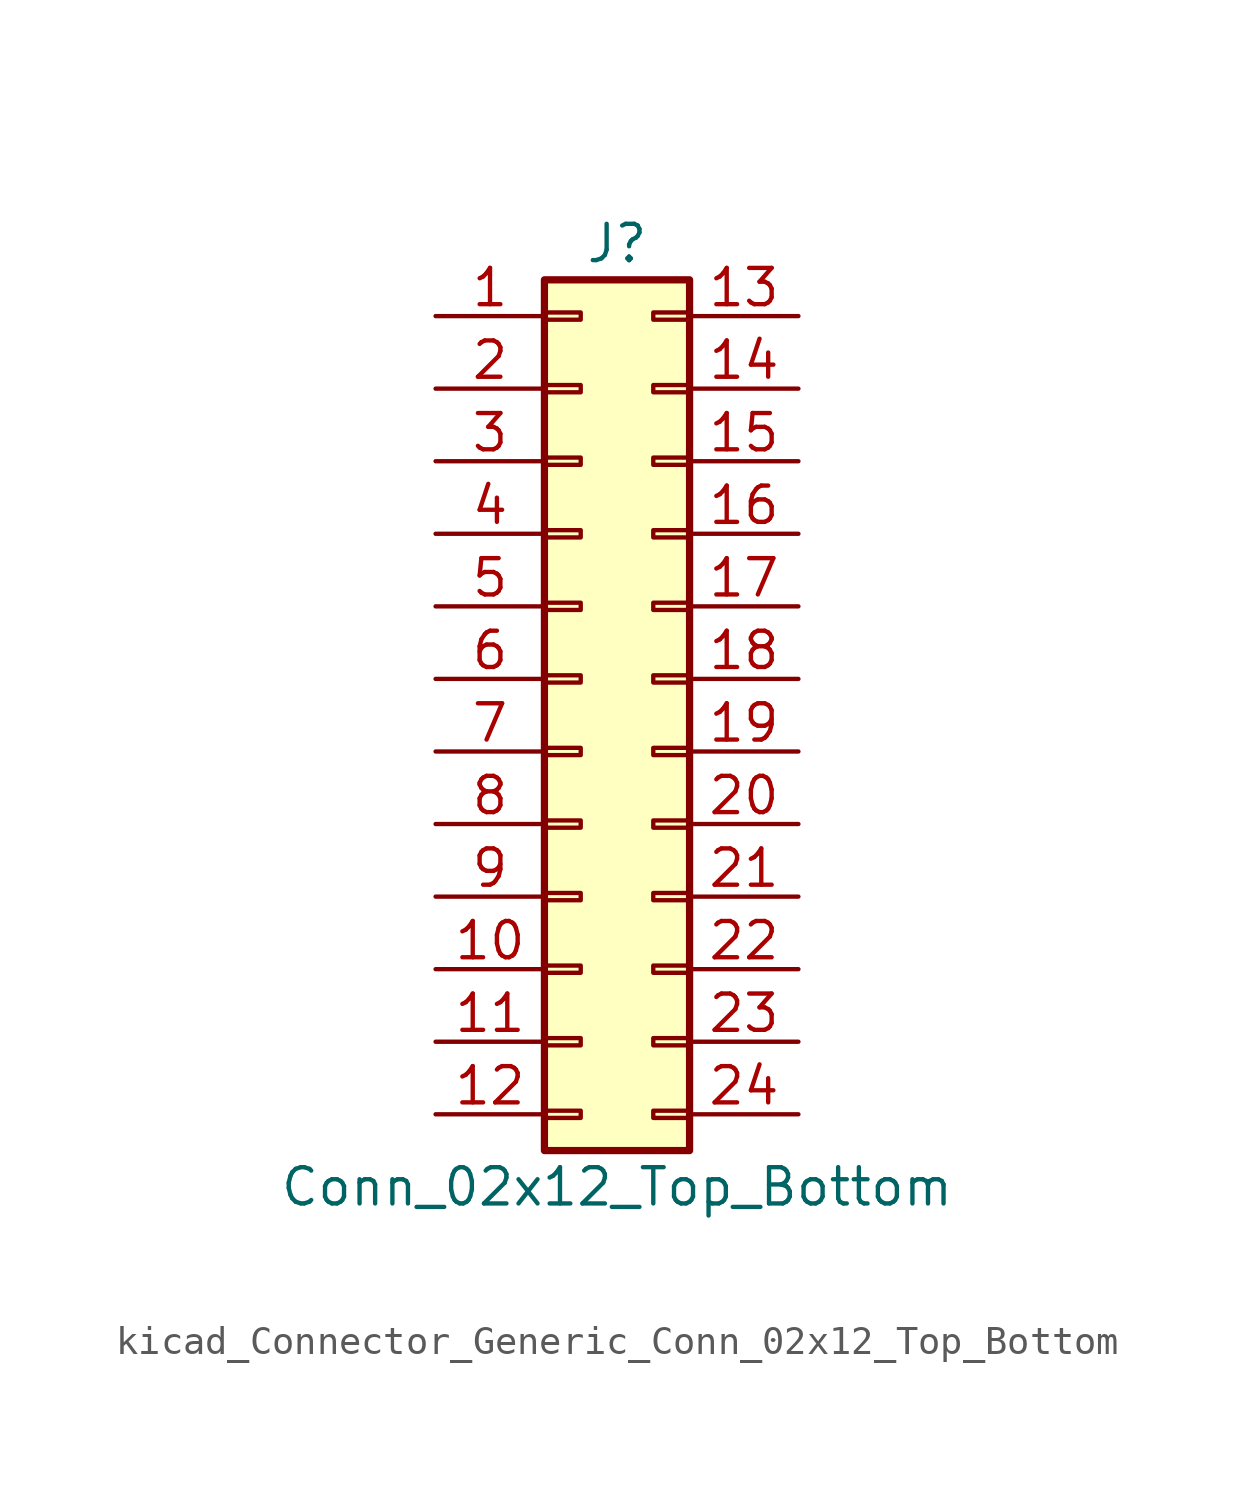
<source format=kicad_sym>
(kicad_symbol_lib
  (version 20220914)
  (generator kicad_symbol_editor)
  (symbol "kicad_Connector_Generic_Conn_02x12_Top_Bottom"
    (pin_names
      (offset 1.016) hide)
    (property "Reference" "J"
      (at 1.27 15.24 0)
      (effects (font (size 1.27 1.27))))
    (property "Value" "Conn_02x12_Top_Bottom"
      (at 1.27 -17.78 0)
      (effects (font (size 1.27 1.27))))
    (symbol "kicad_Connector_Generic_Conn_02x12_Top_Bottom_1_1"
      (rectangle (start -1.27 -15.113) (end 0 -15.367) (stroke (width 0.152) (type default)) (fill (type none)))
      (rectangle (start -1.27 -12.573) (end 0 -12.827) (stroke (width 0.152) (type default)) (fill (type none)))
      (rectangle (start -1.27 -10.033) (end 0 -10.287) (stroke (width 0.152) (type default)) (fill (type none)))
      (rectangle (start -1.27 -7.493) (end 0 -7.747) (stroke (width 0.152) (type default)) (fill (type none)))
      (rectangle (start -1.27 -4.953) (end 0 -5.207) (stroke (width 0.152) (type default)) (fill (type none)))
      (rectangle (start -1.27 -2.413) (end 0 -2.667) (stroke (width 0.152) (type default)) (fill (type none)))
      (rectangle (start -1.27 0.127) (end 0 -0.127) (stroke (width 0.152) (type default)) (fill (type none)))
      (rectangle (start -1.27 2.667) (end 0 2.413) (stroke (width 0.152) (type default)) (fill (type none)))
      (rectangle (start -1.27 5.207) (end 0 4.953) (stroke (width 0.152) (type default)) (fill (type none)))
      (rectangle (start -1.27 7.747) (end 0 7.493) (stroke (width 0.152) (type default)) (fill (type none)))
      (rectangle (start -1.27 10.287) (end 0 10.033) (stroke (width 0.152) (type default)) (fill (type none)))
      (rectangle (start -1.27 12.827) (end 0 12.573) (stroke (width 0.152) (type default)) (fill (type none)))
      (rectangle (start -1.27 13.97) (end 3.81 -16.51) (stroke (width 0.254) (type default)) (fill (type background)))
      (rectangle (start 3.81 -15.113) (end 2.54 -15.367) (stroke (width 0.152) (type default)) (fill (type none)))
      (rectangle (start 3.81 -12.573) (end 2.54 -12.827) (stroke (width 0.152) (type default)) (fill (type none)))
      (rectangle (start 3.81 -10.033) (end 2.54 -10.287) (stroke (width 0.152) (type default)) (fill (type none)))
      (rectangle (start 3.81 -7.493) (end 2.54 -7.747) (stroke (width 0.152) (type default)) (fill (type none)))
      (rectangle (start 3.81 -4.953) (end 2.54 -5.207) (stroke (width 0.152) (type default)) (fill (type none)))
      (rectangle (start 3.81 -2.413) (end 2.54 -2.667) (stroke (width 0.152) (type default)) (fill (type none)))
      (rectangle (start 3.81 0.127) (end 2.54 -0.127) (stroke (width 0.152) (type default)) (fill (type none)))
      (rectangle (start 3.81 2.667) (end 2.54 2.413) (stroke (width 0.152) (type default)) (fill (type none)))
      (rectangle (start 3.81 5.207) (end 2.54 4.953) (stroke (width 0.152) (type default)) (fill (type none)))
      (rectangle (start 3.81 7.747) (end 2.54 7.493) (stroke (width 0.152) (type default)) (fill (type none)))
      (rectangle (start 3.81 10.287) (end 2.54 10.033) (stroke (width 0.152) (type default)) (fill (type none)))
      (rectangle (start 3.81 12.827) (end 2.54 12.573) (stroke (width 0.152) (type default)) (fill (type none)))
      (pin passive line (at -5.08 12.7 0) (length 3.81) (name "Pin_1" (effects (font (size 1.27 1.27)))) (number "1" (effects (font (size 1.27 1.27)))))
      (pin passive line (at -5.08 -10.16 0) (length 3.81) (name "Pin_10" (effects (font (size 1.27 1.27)))) (number "10" (effects (font (size 1.27 1.27)))))
      (pin passive line (at -5.08 -12.7 0) (length 3.81) (name "Pin_11" (effects (font (size 1.27 1.27)))) (number "11" (effects (font (size 1.27 1.27)))))
      (pin passive line (at -5.08 -15.24 0) (length 3.81) (name "Pin_12" (effects (font (size 1.27 1.27)))) (number "12" (effects (font (size 1.27 1.27)))))
      (pin passive line (at 7.62 12.7 180) (length 3.81) (name "Pin_13" (effects (font (size 1.27 1.27)))) (number "13" (effects (font (size 1.27 1.27)))))
      (pin passive line (at 7.62 10.16 180) (length 3.81) (name "Pin_14" (effects (font (size 1.27 1.27)))) (number "14" (effects (font (size 1.27 1.27)))))
      (pin passive line (at 7.62 7.62 180) (length 3.81) (name "Pin_15" (effects (font (size 1.27 1.27)))) (number "15" (effects (font (size 1.27 1.27)))))
      (pin passive line (at 7.62 5.08 180) (length 3.81) (name "Pin_16" (effects (font (size 1.27 1.27)))) (number "16" (effects (font (size 1.27 1.27)))))
      (pin passive line (at 7.62 2.54 180) (length 3.81) (name "Pin_17" (effects (font (size 1.27 1.27)))) (number "17" (effects (font (size 1.27 1.27)))))
      (pin passive line (at 7.62 0 180) (length 3.81) (name "Pin_18" (effects (font (size 1.27 1.27)))) (number "18" (effects (font (size 1.27 1.27)))))
      (pin passive line (at 7.62 -2.54 180) (length 3.81) (name "Pin_19" (effects (font (size 1.27 1.27)))) (number "19" (effects (font (size 1.27 1.27)))))
      (pin passive line (at -5.08 10.16 0) (length 3.81) (name "Pin_2" (effects (font (size 1.27 1.27)))) (number "2" (effects (font (size 1.27 1.27)))))
      (pin passive line (at 7.62 -5.08 180) (length 3.81) (name "Pin_20" (effects (font (size 1.27 1.27)))) (number "20" (effects (font (size 1.27 1.27)))))
      (pin passive line (at 7.62 -7.62 180) (length 3.81) (name "Pin_21" (effects (font (size 1.27 1.27)))) (number "21" (effects (font (size 1.27 1.27)))))
      (pin passive line (at 7.62 -10.16 180) (length 3.81) (name "Pin_22" (effects (font (size 1.27 1.27)))) (number "22" (effects (font (size 1.27 1.27)))))
      (pin passive line (at 7.62 -12.7 180) (length 3.81) (name "Pin_23" (effects (font (size 1.27 1.27)))) (number "23" (effects (font (size 1.27 1.27)))))
      (pin passive line (at 7.62 -15.24 180) (length 3.81) (name "Pin_24" (effects (font (size 1.27 1.27)))) (number "24" (effects (font (size 1.27 1.27)))))
      (pin passive line (at -5.08 7.62 0) (length 3.81) (name "Pin_3" (effects (font (size 1.27 1.27)))) (number "3" (effects (font (size 1.27 1.27)))))
      (pin passive line (at -5.08 5.08 0) (length 3.81) (name "Pin_4" (effects (font (size 1.27 1.27)))) (number "4" (effects (font (size 1.27 1.27)))))
      (pin passive line (at -5.08 2.54 0) (length 3.81) (name "Pin_5" (effects (font (size 1.27 1.27)))) (number "5" (effects (font (size 1.27 1.27)))))
      (pin passive line (at -5.08 0 0) (length 3.81) (name "Pin_6" (effects (font (size 1.27 1.27)))) (number "6" (effects (font (size 1.27 1.27)))))
      (pin passive line (at -5.08 -2.54 0) (length 3.81) (name "Pin_7" (effects (font (size 1.27 1.27)))) (number "7" (effects (font (size 1.27 1.27)))))
      (pin passive line (at -5.08 -5.08 0) (length 3.81) (name "Pin_8" (effects (font (size 1.27 1.27)))) (number "8" (effects (font (size 1.27 1.27)))))
      (pin passive line (at -5.08 -7.62 0) (length 3.81) (name "Pin_9" (effects (font (size 1.27 1.27)))) (number "9" (effects (font (size 1.27 1.27))))))))
</source>
